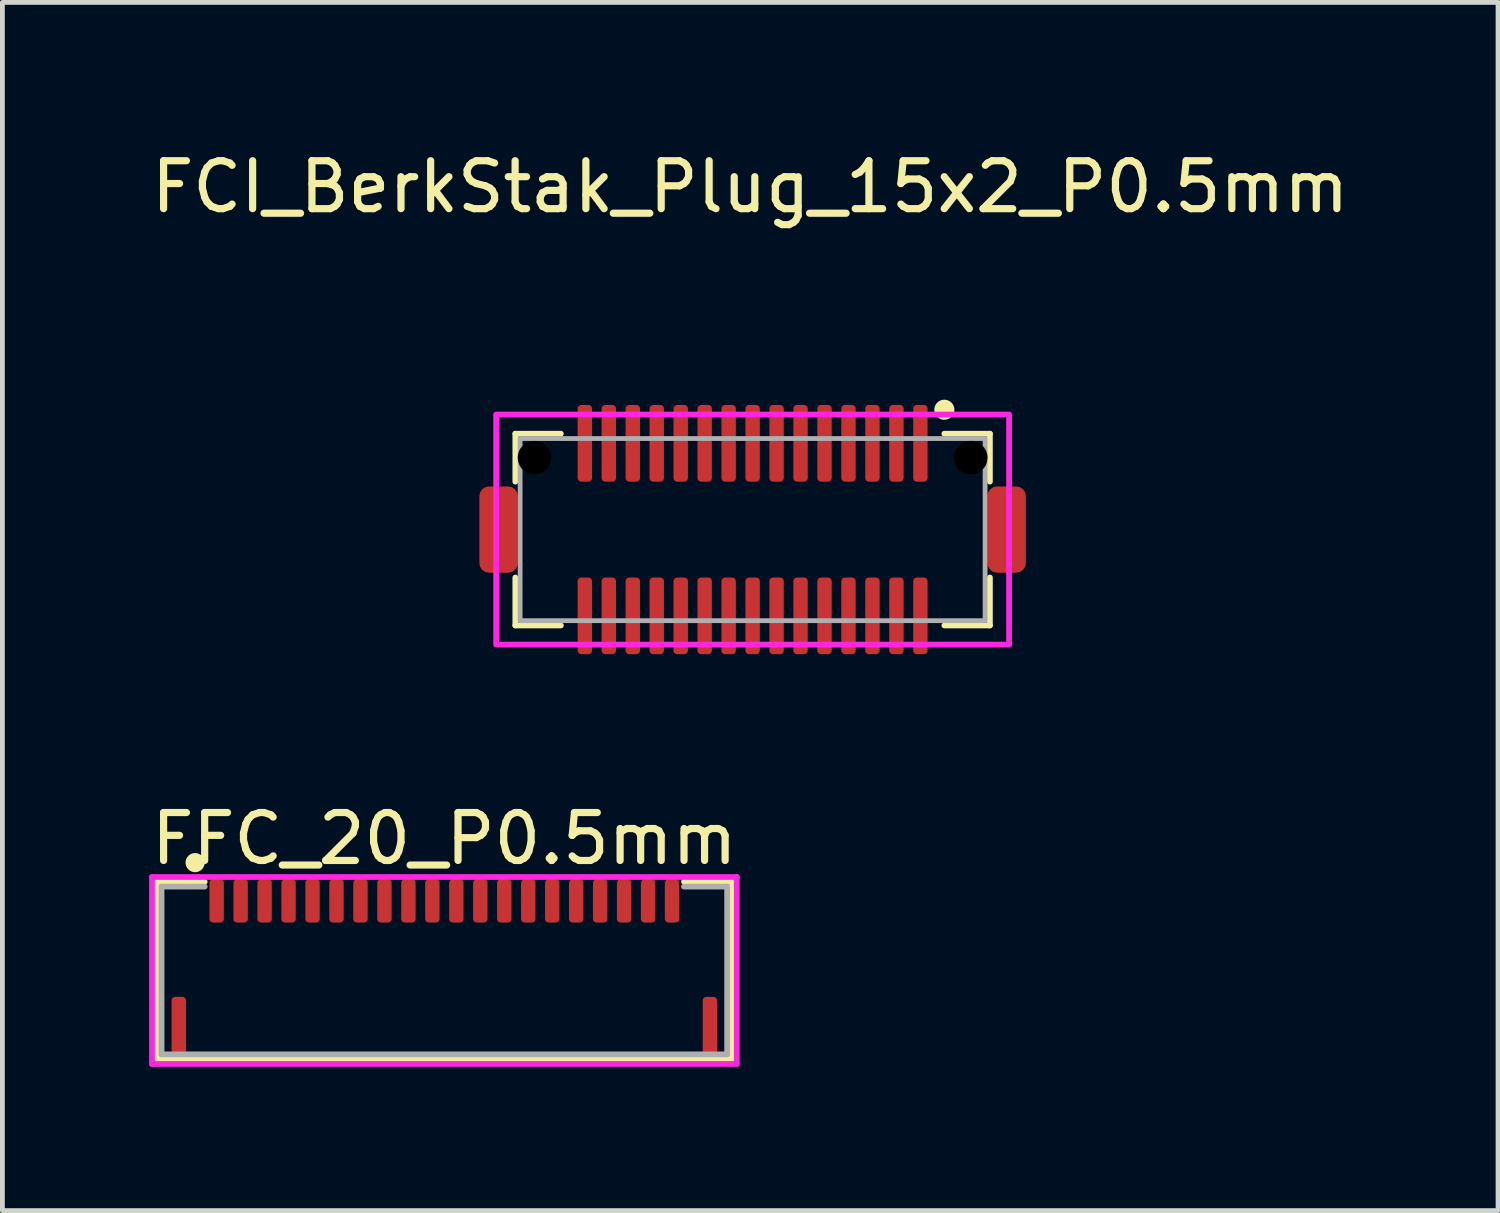
<source format=kicad_pcb>
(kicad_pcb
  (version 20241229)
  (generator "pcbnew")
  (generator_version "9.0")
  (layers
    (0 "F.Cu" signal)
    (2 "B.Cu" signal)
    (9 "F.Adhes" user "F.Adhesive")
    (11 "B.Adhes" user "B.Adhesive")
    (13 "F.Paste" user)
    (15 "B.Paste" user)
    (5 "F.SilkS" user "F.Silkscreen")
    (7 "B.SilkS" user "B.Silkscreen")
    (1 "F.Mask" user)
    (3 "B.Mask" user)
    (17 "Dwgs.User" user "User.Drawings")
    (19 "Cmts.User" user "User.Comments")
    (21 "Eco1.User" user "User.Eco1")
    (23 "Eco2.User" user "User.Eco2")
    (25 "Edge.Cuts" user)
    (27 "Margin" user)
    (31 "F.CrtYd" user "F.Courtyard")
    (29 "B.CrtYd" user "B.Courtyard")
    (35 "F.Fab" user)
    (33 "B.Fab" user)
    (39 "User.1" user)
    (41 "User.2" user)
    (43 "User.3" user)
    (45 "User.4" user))
  (footprint "FFC_20_P0.5mm"
    (layer "F.Cu")
    (at 6.22 17.346)
    (property "Reference" "FFC_20_P0.5mm" (at 0 -2.9 0) (layer "F.SilkS") (effects (font (size 1 1) (thickness 0.15))))
    (attr smd)
    (fp_line (start -6 -2) (end -6 1.7) (stroke (width 0.12) (type solid)) (layer "F.SilkS"))
    (fp_line (start -6 -2) (end -5 -2) (stroke (width 0.12) (type solid)) (layer "F.SilkS"))
    (fp_line (start -6 1.7) (end 6 1.7) (stroke (width 0.12) (type solid)) (layer "F.SilkS"))
    (fp_line (start 6 -2) (end 5 -2) (stroke (width 0.12) (type solid)) (layer "F.SilkS"))
    (fp_line (start 6 1.7) (end 6 -2) (stroke (width 0.12) (type solid)) (layer "F.SilkS"))
    (fp_circle (center -5.2 -2.4) (end -5.1 -2.4) (stroke (width 0.2) (type solid)) (fill no) (layer "F.SilkS"))
    (fp_line (start -6.1 -2.1) (end -6.1 1.8) (stroke (width 0.12) (type solid)) (layer "F.CrtYd"))
    (fp_line (start -6.1 1.8) (end 6.1 1.8) (stroke (width 0.12) (type solid)) (layer "F.CrtYd"))
    (fp_line (start 6.1 -2.1) (end -6.1 -2.1) (stroke (width 0.12) (type solid)) (layer "F.CrtYd"))
    (fp_line (start 6.1 1.8) (end 6.1 -2.1) (stroke (width 0.12) (type solid)) (layer "F.CrtYd"))
    (fp_line (start -5.9 -1.9) (end -5 -1.9) (stroke (width 0.12) (type solid)) (layer "F.Fab"))
    (fp_line (start -5.9 1.6) (end -5.9 -1.9) (stroke (width 0.12) (type solid)) (layer "F.Fab"))
    (fp_line (start -5.9 1.6) (end 5.9 1.6) (stroke (width 0.12) (type solid)) (layer "F.Fab"))
    (fp_line (start 5.9 -1.9) (end 5 -1.9) (stroke (width 0.12) (type solid)) (layer "F.Fab"))
    (fp_line (start 5.9 1.6) (end 5.9 -1.9) (stroke (width 0.12) (type solid)) (layer "F.Fab"))
    (pad "0" smd roundrect (at -5.54 1) (size 0.3 1.2) (layers "F.Cu" "F.Mask" "F.Paste") (roundrect_rratio 0.25))
    (pad "0" smd roundrect (at 5.54 1) (size 0.3 1.2) (layers "F.Cu" "F.Mask" "F.Paste") (roundrect_rratio 0.25))
    (pad "1" smd roundrect (at -4.75 -1.6) (size 0.3 0.9) (layers "F.Cu" "F.Mask" "F.Paste") (roundrect_rratio 0.25))
    (pad "2" smd roundrect (at -4.25 -1.6) (size 0.3 0.9) (layers "F.Cu" "F.Mask" "F.Paste") (roundrect_rratio 0.25))
    (pad "3" smd roundrect (at -3.75 -1.6) (size 0.3 0.9) (layers "F.Cu" "F.Mask" "F.Paste") (roundrect_rratio 0.25))
    (pad "4" smd roundrect (at -3.25 -1.6) (size 0.3 0.9) (layers "F.Cu" "F.Mask" "F.Paste") (roundrect_rratio 0.25))
    (pad "5" smd roundrect (at -2.75 -1.6) (size 0.3 0.9) (layers "F.Cu" "F.Mask" "F.Paste") (roundrect_rratio 0.25))
    (pad "6" smd roundrect (at -2.25 -1.6) (size 0.3 0.9) (layers "F.Cu" "F.Mask" "F.Paste") (roundrect_rratio 0.25))
    (pad "7" smd roundrect (at -1.75 -1.6) (size 0.3 0.9) (layers "F.Cu" "F.Mask" "F.Paste") (roundrect_rratio 0.25))
    (pad "8" smd roundrect (at -1.25 -1.6) (size 0.3 0.9) (layers "F.Cu" "F.Mask" "F.Paste") (roundrect_rratio 0.25))
    (pad "9" smd roundrect (at -0.75 -1.6) (size 0.3 0.9) (layers "F.Cu" "F.Mask" "F.Paste") (roundrect_rratio 0.25))
    (pad "10" smd roundrect (at -0.25 -1.6) (size 0.3 0.9) (layers "F.Cu" "F.Mask" "F.Paste") (roundrect_rratio 0.25))
    (pad "11" smd roundrect (at 0.25 -1.6) (size 0.3 0.9) (layers "F.Cu" "F.Mask" "F.Paste") (roundrect_rratio 0.25))
    (pad "12" smd roundrect (at 0.75 -1.6) (size 0.3 0.9) (layers "F.Cu" "F.Mask" "F.Paste") (roundrect_rratio 0.25))
    (pad "13" smd roundrect (at 1.25 -1.6) (size 0.3 0.9) (layers "F.Cu" "F.Mask" "F.Paste") (roundrect_rratio 0.25))
    (pad "14" smd roundrect (at 1.75 -1.6) (size 0.3 0.9) (layers "F.Cu" "F.Mask" "F.Paste") (roundrect_rratio 0.25))
    (pad "15" smd roundrect (at 2.25 -1.6) (size 0.3 0.9) (layers "F.Cu" "F.Mask" "F.Paste") (roundrect_rratio 0.25))
    (pad "16" smd roundrect (at 2.75 -1.6) (size 0.3 0.9) (layers "F.Cu" "F.Mask" "F.Paste") (roundrect_rratio 0.25))
    (pad "17" smd roundrect (at 3.25 -1.6) (size 0.3 0.9) (layers "F.Cu" "F.Mask" "F.Paste") (roundrect_rratio 0.25))
    (pad "18" smd roundrect (at 3.75 -1.6) (size 0.3 0.9) (layers "F.Cu" "F.Mask" "F.Paste") (roundrect_rratio 0.25))
    (pad "19" smd roundrect (at 4.25 -1.6) (size 0.3 0.9) (layers "F.Cu" "F.Mask" "F.Paste") (roundrect_rratio 0.25))
    (pad "20" smd roundrect (at 4.75 -1.6) (size 0.3 0.9) (layers "F.Cu" "F.Mask" "F.Paste") (roundrect_rratio 0.25)))
  (footprint "FCI_BerkStak_Plug_15x2_P0.5mm"
    (layer "F.Cu")
    (at 12.651 7.998)
    (property "Reference" "FCI_BerkStak_Plug_15x2_P0.5mm" (at -0.05 -7.15 0) (unlocked yes) (layer "F.SilkS") (effects (font (size 1 1) (thickness 0.15))))
    (attr smd)
    (fp_line (start -4.95 -1) (end -4.95 -2) (stroke (width 0.12) (type solid)) (layer "F.SilkS"))
    (fp_line (start -4.95 1) (end -4.95 2) (stroke (width 0.12) (type solid)) (layer "F.SilkS"))
    (fp_line (start -4.95 2) (end -4 2) (stroke (width 0.12) (type solid)) (layer "F.SilkS"))
    (fp_line (start -4 -2) (end -4.95 -2) (stroke (width 0.12) (type solid)) (layer "F.SilkS"))
    (fp_line (start 4 2) (end 4.95 2) (stroke (width 0.12) (type solid)) (layer "F.SilkS"))
    (fp_line (start 4.95 -2) (end 4 -2) (stroke (width 0.12) (type solid)) (layer "F.SilkS"))
    (fp_line (start 4.95 -2) (end 4.95 -1) (stroke (width 0.12) (type solid)) (layer "F.SilkS"))
    (fp_line (start 4.95 2) (end 4.95 1) (stroke (width 0.12) (type solid)) (layer "F.SilkS"))
    (fp_circle (center 4 -2.5) (end 4.15 -2.5) (stroke (width 0.12) (type solid)) (fill yes) (layer "F.SilkS"))
    (fp_rect (start -5.35 -2.4) (end 5.35 2.4) (stroke (width 0.12) (type solid)) (fill no) (layer "F.CrtYd"))
    (fp_rect (start -4.85 -1.9) (end 4.85 1.9) (stroke (width 0.1) (type solid)) (fill no) (layer "F.Fab"))
    (pad "" np_thru_hole circle (at -4.55 -1.5) (size 0.7 0.7) (drill 0.7) (layers "*.Mask"))
    (pad "" np_thru_hole circle (at 4.55 -1.5) (size 0.7 0.7) (drill 0.7) (layers "*.Mask"))
    (pad "0" smd roundrect (at -5.3 0) (size 0.8 1.8) (layers "F.Cu" "F.Mask" "F.Paste") (roundrect_rratio 0.25))
    (pad "0" smd roundrect (at 5.3 0) (size 0.8 1.8) (layers "F.Cu" "F.Mask" "F.Paste") (roundrect_rratio 0.25))
    (pad "1" smd roundrect (at 3.5 -1.8) (size 0.3 1.6) (layers "F.Cu" "F.Mask" "F.Paste") (roundrect_rratio 0.25))
    (pad "2" smd roundrect (at 3 -1.8) (size 0.3 1.6) (layers "F.Cu" "F.Mask" "F.Paste") (roundrect_rratio 0.25))
    (pad "3" smd roundrect (at 2.5 -1.8) (size 0.3 1.6) (layers "F.Cu" "F.Mask" "F.Paste") (roundrect_rratio 0.25))
    (pad "4" smd roundrect (at 2 -1.8) (size 0.3 1.6) (layers "F.Cu" "F.Mask" "F.Paste") (roundrect_rratio 0.25))
    (pad "5" smd roundrect (at 1.5 -1.8) (size 0.3 1.6) (layers "F.Cu" "F.Mask" "F.Paste") (roundrect_rratio 0.25))
    (pad "6" smd roundrect (at 1 -1.8) (size 0.3 1.6) (layers "F.Cu" "F.Mask" "F.Paste") (roundrect_rratio 0.25))
    (pad "7" smd roundrect (at 0.5 -1.8) (size 0.3 1.6) (layers "F.Cu" "F.Mask" "F.Paste") (roundrect_rratio 0.25))
    (pad "8" smd roundrect (at 0 -1.8) (size 0.3 1.6) (layers "F.Cu" "F.Mask" "F.Paste") (roundrect_rratio 0.25))
    (pad "9" smd roundrect (at -0.5 -1.8) (size 0.3 1.6) (layers "F.Cu" "F.Mask" "F.Paste") (roundrect_rratio 0.25))
    (pad "10" smd roundrect (at -1 -1.8) (size 0.3 1.6) (layers "F.Cu" "F.Mask" "F.Paste") (roundrect_rratio 0.25))
    (pad "11" smd roundrect (at -1.5 -1.8) (size 0.3 1.6) (layers "F.Cu" "F.Mask" "F.Paste") (roundrect_rratio 0.25))
    (pad "12" smd roundrect (at -2 -1.8) (size 0.3 1.6) (layers "F.Cu" "F.Mask" "F.Paste") (roundrect_rratio 0.25))
    (pad "13" smd roundrect (at -2.5 -1.8) (size 0.3 1.6) (layers "F.Cu" "F.Mask" "F.Paste") (roundrect_rratio 0.25))
    (pad "14" smd roundrect (at -3 -1.8) (size 0.3 1.6) (layers "F.Cu" "F.Mask" "F.Paste") (roundrect_rratio 0.25))
    (pad "15" smd roundrect (at -3.5 -1.8) (size 0.3 1.6) (layers "F.Cu" "F.Mask" "F.Paste") (roundrect_rratio 0.25))
    (pad "16" smd roundrect (at -3.5 1.8) (size 0.3 1.6) (layers "F.Cu" "F.Mask" "F.Paste") (roundrect_rratio 0.25))
    (pad "17" smd roundrect (at -3 1.8) (size 0.3 1.6) (layers "F.Cu" "F.Mask" "F.Paste") (roundrect_rratio 0.25))
    (pad "18" smd roundrect (at -2.5 1.8) (size 0.3 1.6) (layers "F.Cu" "F.Mask" "F.Paste") (roundrect_rratio 0.25))
    (pad "19" smd roundrect (at -2 1.8) (size 0.3 1.6) (layers "F.Cu" "F.Mask" "F.Paste") (roundrect_rratio 0.25))
    (pad "20" smd roundrect (at -1.5 1.8) (size 0.3 1.6) (layers "F.Cu" "F.Mask" "F.Paste") (roundrect_rratio 0.25))
    (pad "21" smd roundrect (at -1 1.8) (size 0.3 1.6) (layers "F.Cu" "F.Mask" "F.Paste") (roundrect_rratio 0.25))
    (pad "22" smd roundrect (at -0.5 1.8) (size 0.3 1.6) (layers "F.Cu" "F.Mask" "F.Paste") (roundrect_rratio 0.25))
    (pad "23" smd roundrect (at 0 1.8) (size 0.3 1.6) (layers "F.Cu" "F.Mask" "F.Paste") (roundrect_rratio 0.25))
    (pad "24" smd roundrect (at 0.5 1.8) (size 0.3 1.6) (layers "F.Cu" "F.Mask" "F.Paste") (roundrect_rratio 0.25))
    (pad "25" smd roundrect (at 1 1.8) (size 0.3 1.6) (layers "F.Cu" "F.Mask" "F.Paste") (roundrect_rratio 0.25))
    (pad "26" smd roundrect (at 1.5 1.8) (size 0.3 1.6) (layers "F.Cu" "F.Mask" "F.Paste") (roundrect_rratio 0.25))
    (pad "27" smd roundrect (at 2 1.8) (size 0.3 1.6) (layers "F.Cu" "F.Mask" "F.Paste") (roundrect_rratio 0.25))
    (pad "28" smd roundrect (at 2.5 1.8) (size 0.3 1.6) (layers "F.Cu" "F.Mask" "F.Paste") (roundrect_rratio 0.25))
    (pad "29" smd roundrect (at 3 1.8) (size 0.3 1.6) (layers "F.Cu" "F.Mask" "F.Paste") (roundrect_rratio 0.25))
    (pad "30" smd roundrect (at 3.5 1.8) (size 0.3 1.6) (layers "F.Cu" "F.Mask" "F.Paste") (roundrect_rratio 0.25)))
  (gr_rect
    (start -3 -3)
    (end 28.202 22.206)
    (stroke (width 0.1) (type default))
    (fill no)
    (layer "Edge.Cuts")))
</source>
